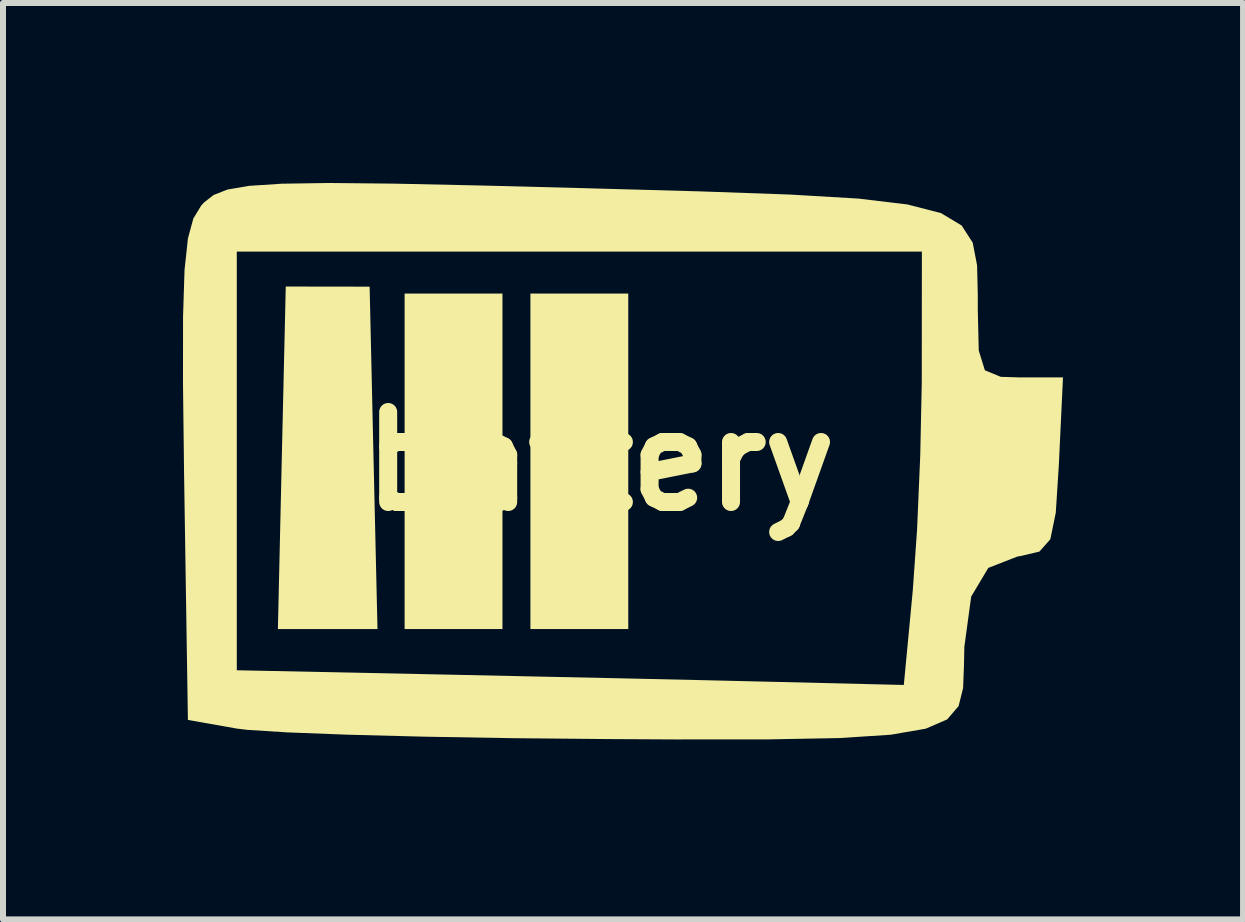
<source format=kicad_pcb>
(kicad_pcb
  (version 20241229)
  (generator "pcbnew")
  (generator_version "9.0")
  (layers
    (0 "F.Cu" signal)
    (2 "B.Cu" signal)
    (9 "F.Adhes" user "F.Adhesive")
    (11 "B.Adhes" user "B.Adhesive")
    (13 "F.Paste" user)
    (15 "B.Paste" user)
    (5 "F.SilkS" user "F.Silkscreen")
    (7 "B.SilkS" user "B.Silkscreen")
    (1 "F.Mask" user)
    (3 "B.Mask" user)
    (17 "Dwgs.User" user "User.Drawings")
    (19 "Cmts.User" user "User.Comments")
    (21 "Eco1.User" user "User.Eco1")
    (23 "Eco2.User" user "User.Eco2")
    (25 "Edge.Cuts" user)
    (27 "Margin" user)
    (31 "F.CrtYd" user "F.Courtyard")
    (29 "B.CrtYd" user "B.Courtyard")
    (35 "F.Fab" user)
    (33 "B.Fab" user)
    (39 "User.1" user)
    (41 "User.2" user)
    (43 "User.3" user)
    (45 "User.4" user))
  (footprint "battery"
    (layer "F.Cu")
    (at 6.956 4.639)
    (property "Reference" "battery" (at 0 0 0) (layer "F.SilkS") (effects (font (size 1.5 1.5) (thickness 0.3))))
    (attr board_only exclude_from_pos_files exclude_from_bom)
    (fp_poly (pts (xy -4.544 -2.912) (xy -3.845 -2.911) (xy -3.78 -0.057) (xy -3.714 2.796) (xy -4.544 2.796) (xy -5.374 2.796) (xy -5.309 -0.058) (xy -5.243 -2.913)) (stroke (width 0) (type solid)) (fill yes) (layer "F.SilkS"))
    (fp_poly (pts (xy -1.631 0) (xy -1.631 2.796) (xy -2.447 2.796) (xy -3.262 2.796) (xy -3.262 0) (xy -3.262 -2.796) (xy -2.447 -2.796) (xy -1.631 -2.796)) (stroke (width 0) (type solid)) (fill yes) (layer "F.SilkS"))
    (fp_poly (pts (xy 0.466 0) (xy 0.466 2.796) (xy -0.35 2.796) (xy -1.165 2.796) (xy -1.165 0) (xy -1.165 -2.796) (xy -0.35 -2.796) (xy 0.466 -2.796)) (stroke (width 0) (type solid)) (fill yes) (layer "F.SilkS"))
    (fp_poly (pts (xy -3.43 -4.628) (xy -1.984 -4.597) (xy -0.247 -4.552) (xy 1.667 -4.499) (xy 3.165 -4.446) (xy 4.3 -4.379) (xy 5.12 -4.281) (xy 5.678 -4.137) (xy 6.023 -3.93) (xy 6.207 -3.645) (xy 6.28 -3.267) (xy 6.292 -2.778) (xy 6.292 -2.519) (xy 6.308 -1.846) (xy 6.41 -1.517) (xy 6.675 -1.408) (xy 7.002 -1.398) (xy 7.712 -1.398) (xy 7.643 0.058) (xy 7.592 0.856) (xy 7.501 1.3) (xy 7.319 1.505) (xy 6.996 1.581) (xy 6.956 1.586) (xy 6.467 1.777) (xy 6.182 2.255) (xy 6.068 3.092) (xy 6.062 3.391) (xy 6.047 3.78) (xy 5.972 4.08) (xy 5.782 4.302) (xy 5.424 4.457) (xy 4.845 4.557) (xy 3.992 4.613) (xy 2.81 4.635) (xy 1.248 4.636) (xy 0.128 4.63) (xy -1.458 4.615) (xy -2.931 4.59) (xy -4.213 4.557) (xy -5.225 4.518) (xy -5.887 4.476) (xy -6.059 4.455) (xy -6.874 4.311) (xy -6.938 0.197) (xy -6.956 -1.306) (xy -6.955 -2.413) (xy -6.93 -3.192) (xy -6.897 -3.495) (xy -6.059 -3.495) (xy -6.059 -0.006) (xy -6.059 3.483) (xy -2.622 3.554) (xy -1.174 3.585) (xy 0.323 3.617) (xy 1.705 3.648) (xy 2.81 3.674) (xy 2.937 3.677) (xy 5.059 3.728) (xy 5.208 2.156) (xy 5.28 1.134) (xy 5.333 -0.105) (xy 5.358 -1.315) (xy 5.358 -1.456) (xy 5.36 -3.495) (xy -0.35 -3.495) (xy -6.059 -3.495) (xy -6.897 -3.495) (xy -6.874 -3.714) (xy -6.783 -4.048) (xy -6.652 -4.263) (xy -6.603 -4.316) (xy -6.447 -4.438) (xy -6.217 -4.529) (xy -5.857 -4.591) (xy -5.31 -4.627) (xy -4.52 -4.639)) (stroke (width 0) (type solid)) (fill yes) (layer "F.SilkS")))
  (gr_rect
    (start -3 -3)
    (end 17.669 12.275)
    (stroke (width 0.1) (type default))
    (fill no)
    (layer "Edge.Cuts")))
</source>
